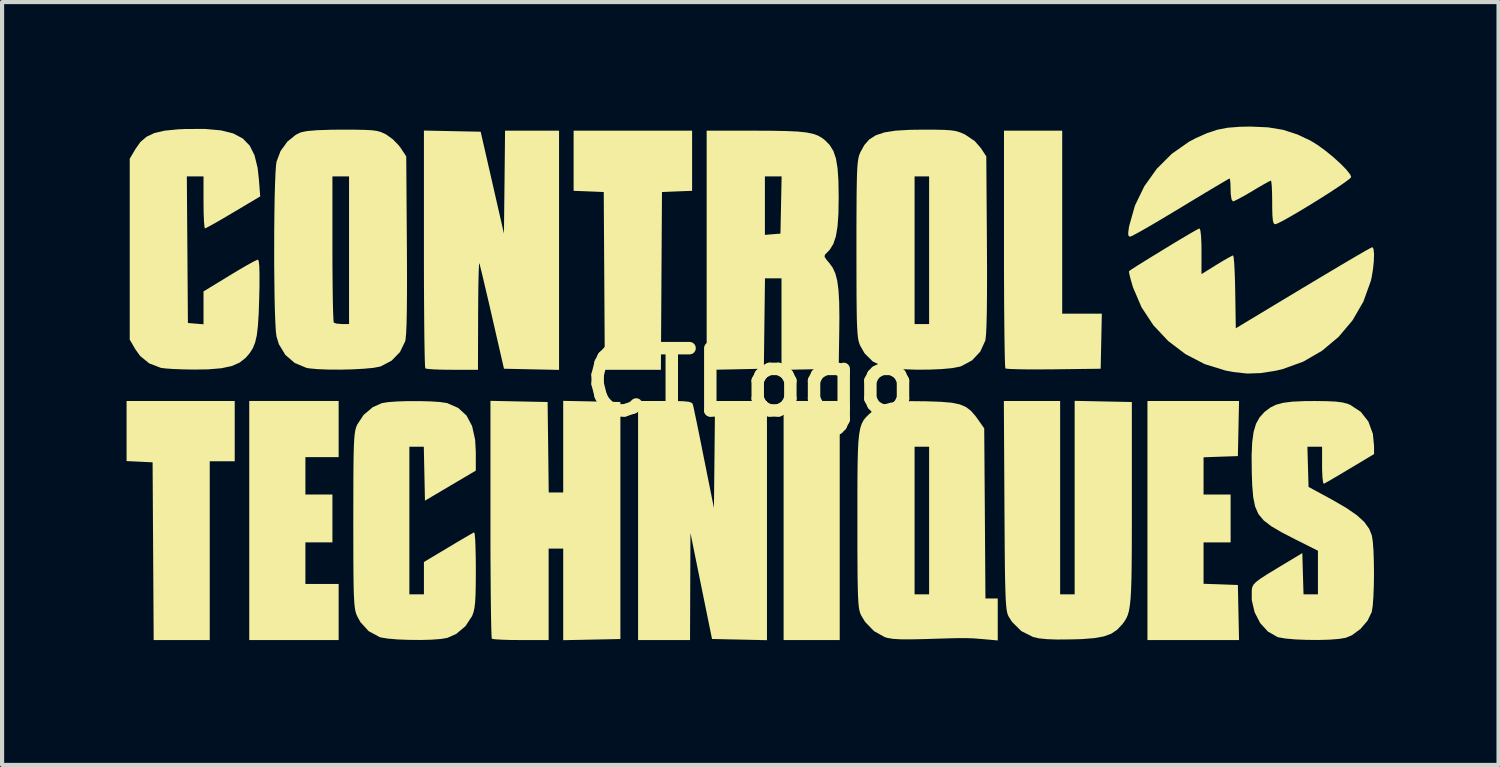
<source format=kicad_pcb>
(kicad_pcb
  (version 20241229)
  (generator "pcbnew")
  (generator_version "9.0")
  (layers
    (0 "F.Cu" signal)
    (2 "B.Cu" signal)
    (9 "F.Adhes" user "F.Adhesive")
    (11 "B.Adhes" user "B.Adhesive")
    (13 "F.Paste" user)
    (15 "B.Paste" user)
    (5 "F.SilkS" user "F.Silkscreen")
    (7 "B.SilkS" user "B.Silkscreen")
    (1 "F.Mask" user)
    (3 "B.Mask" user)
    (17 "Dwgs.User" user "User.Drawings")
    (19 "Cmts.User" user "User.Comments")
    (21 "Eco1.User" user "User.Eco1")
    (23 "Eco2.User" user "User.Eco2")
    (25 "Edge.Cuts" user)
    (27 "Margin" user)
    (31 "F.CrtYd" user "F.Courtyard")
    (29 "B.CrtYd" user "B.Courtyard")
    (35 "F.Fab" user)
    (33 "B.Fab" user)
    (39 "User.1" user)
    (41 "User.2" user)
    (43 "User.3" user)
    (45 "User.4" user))
  (footprint "CTLogo"
    (layer "F.Cu")
    (at 15.03 6.161)
    (property "Reference" "CTLogo" (at 0 0 0) (layer "F.SilkS") (effects (font (size 1.5 1.5) (thickness 0.3))))
    (attr board_only exclude_from_pos_files exclude_from_bom)
    (fp_poly (pts (xy 2.154 3.332) (xy 2.154 6.212) (xy 1.478 6.212) (xy 0.802 6.212) (xy 0.802 3.332) (xy 0.802 0.451) (xy 1.478 0.451) (xy 2.154 0.451)) (stroke (width 0) (type solid)) (fill yes) (layer "F.SilkS"))
    (fp_poly (pts (xy -12.424 1.177) (xy -12.424 1.904) (xy -12.725 1.904) (xy -13.026 1.904) (xy -13.026 4.058) (xy -13.026 6.212) (xy -13.701 6.212) (xy -14.377 6.212) (xy -14.39 4.071) (xy -14.403 1.929) (xy -14.716 1.914) (xy -15.03 1.899) (xy -15.03 1.175) (xy -15.03 0.451) (xy -13.727 0.451) (xy -12.424 0.451)) (stroke (width 0) (type solid)) (fill yes) (layer "F.SilkS"))
    (fp_poly (pts (xy -1.403 -5.338) (xy -1.403 -4.613) (xy -1.766 -4.599) (xy -2.129 -4.584) (xy -2.142 -2.442) (xy -2.155 -0.301) (xy -2.831 -0.301) (xy -3.506 -0.301) (xy -3.519 -2.442) (xy -3.532 -4.584) (xy -3.895 -4.599) (xy -4.258 -4.613) (xy -4.258 -5.338) (xy -4.258 -6.062) (xy -2.831 -6.062) (xy -1.403 -6.062)) (stroke (width 0) (type solid)) (fill yes) (layer "F.SilkS"))
    (fp_poly (pts (xy -9.92 1.127) (xy -9.92 1.804) (xy -10.32 1.804) (xy -10.721 1.804) (xy -10.721 2.254) (xy -10.721 2.705) (xy -10.395 2.705) (xy -10.07 2.705) (xy -10.07 3.281) (xy -10.07 3.858) (xy -10.395 3.858) (xy -10.721 3.858) (xy -10.721 4.359) (xy -10.721 4.86) (xy -10.32 4.86) (xy -9.92 4.86) (xy -9.92 5.536) (xy -9.92 6.212) (xy -10.997 6.212) (xy -12.074 6.212) (xy -12.074 3.332) (xy -12.074 0.451) (xy -10.997 0.451) (xy -9.92 0.451)) (stroke (width 0) (type solid)) (fill yes) (layer "F.SilkS"))
    (fp_poly (pts (xy 11.762 1.115) (xy 11.748 1.779) (xy 11.335 1.793) (xy 10.921 1.808) (xy 10.921 2.256) (xy 10.921 2.705) (xy 11.247 2.705) (xy 11.573 2.705) (xy 11.573 3.281) (xy 11.573 3.858) (xy 11.247 3.858) (xy 10.921 3.858) (xy 10.921 4.357) (xy 10.921 4.856) (xy 11.335 4.87) (xy 11.748 4.885) (xy 11.762 5.548) (xy 11.776 6.212) (xy 10.672 6.212) (xy 9.569 6.212) (xy 9.569 3.332) (xy 9.569 0.451) (xy 10.672 0.451) (xy 11.776 0.451)) (stroke (width 0) (type solid)) (fill yes) (layer "F.SilkS"))
    (fp_poly (pts (xy 7.515 -3.858) (xy 7.515 -1.653) (xy 7.992 -1.653) (xy 8.47 -1.653) (xy 8.456 -0.989) (xy 8.442 -0.326) (xy 7.311 -0.312) (xy 6.984 -0.31) (xy 6.691 -0.31) (xy 6.447 -0.314) (xy 6.266 -0.32) (xy 6.164 -0.328) (xy 6.146 -0.333) (xy 6.14 -0.388) (xy 6.134 -0.534) (xy 6.129 -0.763) (xy 6.124 -1.064) (xy 6.12 -1.43) (xy 6.116 -1.85) (xy 6.114 -2.316) (xy 6.112 -2.82) (xy 6.112 -3.215) (xy 6.112 -6.062) (xy 6.813 -6.062) (xy 7.515 -6.062)) (stroke (width 0) (type solid)) (fill yes) (layer "F.SilkS"))
    (fp_poly (pts (xy -1.789 0.452) (xy -1.605 0.458) (xy -1.488 0.47) (xy -1.422 0.49) (xy -1.391 0.52) (xy -1.384 0.539) (xy -1.367 0.611) (xy -1.334 0.766) (xy -1.287 0.991) (xy -1.23 1.27) (xy -1.166 1.589) (xy -1.118 1.829) (xy -0.877 3.031) (xy -0.863 1.741) (xy -0.85 0.451) (xy -0.225 0.451) (xy 0.401 0.451) (xy 0.401 3.333) (xy 0.401 6.215) (xy -0.261 6.201) (xy -0.923 6.187) (xy -1.183 4.91) (xy -1.443 3.632) (xy -1.448 4.922) (xy -1.453 6.212) (xy -2.079 6.212) (xy -2.705 6.212) (xy -2.705 3.332) (xy -2.705 0.451) (xy -2.057 0.451)) (stroke (width 0) (type solid)) (fill yes) (layer "F.SilkS"))
    (fp_poly (pts (xy -3.82 0.462) (xy -3.131 0.476) (xy -3.131 3.332) (xy -3.131 6.187) (xy -3.82 6.201) (xy -4.509 6.215) (xy -4.509 5.111) (xy -4.509 4.008) (xy -4.684 4.008) (xy -4.86 4.008) (xy -4.86 5.11) (xy -4.86 6.212) (xy -5.528 6.212) (xy -5.777 6.21) (xy -5.989 6.203) (xy -6.144 6.194) (xy -6.224 6.182) (xy -6.229 6.179) (xy -6.235 6.124) (xy -6.241 5.978) (xy -6.246 5.75) (xy -6.251 5.448) (xy -6.255 5.083) (xy -6.258 4.663) (xy -6.261 4.196) (xy -6.262 3.693) (xy -6.262 3.297) (xy -6.262 0.448) (xy -5.573 0.462) (xy -4.885 0.476) (xy -4.871 1.566) (xy -4.858 2.655) (xy -4.683 2.655) (xy -4.509 2.655) (xy -4.509 1.552) (xy -4.509 0.448)) (stroke (width 0) (type solid)) (fill yes) (layer "F.SilkS"))
    (fp_poly (pts (xy -7.181 -6.051) (xy -6.498 -6.037) (xy -6.217 -4.809) (xy -5.937 -3.582) (xy -5.923 -4.822) (xy -5.91 -6.062) (xy -5.259 -6.062) (xy -4.609 -6.062) (xy -4.609 -3.18) (xy -4.609 -0.298) (xy -5.272 -0.312) (xy -5.936 -0.326) (xy -6.221 -1.568) (xy -6.299 -1.908) (xy -6.372 -2.218) (xy -6.434 -2.483) (xy -6.484 -2.69) (xy -6.517 -2.824) (xy -6.53 -2.87) (xy -6.537 -2.839) (xy -6.543 -2.72) (xy -6.549 -2.525) (xy -6.554 -2.267) (xy -6.557 -1.957) (xy -6.559 -1.616) (xy -6.563 -0.301) (xy -7.181 -0.301) (xy -7.42 -0.303) (xy -7.622 -0.31) (xy -7.766 -0.321) (xy -7.831 -0.333) (xy -7.832 -0.334) (xy -7.838 -0.389) (xy -7.844 -0.535) (xy -7.849 -0.763) (xy -7.854 -1.064) (xy -7.858 -1.43) (xy -7.861 -1.85) (xy -7.864 -2.316) (xy -7.865 -2.82) (xy -7.865 -3.216) (xy -7.865 -6.065)) (stroke (width 0) (type solid)) (fill yes) (layer "F.SilkS"))
    (fp_poly (pts (xy 8.504 0.462) (xy 9.193 0.476) (xy 9.193 2.906) (xy 9.193 3.487) (xy 9.192 3.978) (xy 9.189 4.386) (xy 9.184 4.72) (xy 9.175 4.99) (xy 9.163 5.205) (xy 9.146 5.372) (xy 9.125 5.502) (xy 9.097 5.603) (xy 9.062 5.684) (xy 9.021 5.753) (xy 8.971 5.821) (xy 8.96 5.835) (xy 8.84 5.963) (xy 8.7 6.057) (xy 8.522 6.123) (xy 8.29 6.165) (xy 7.986 6.189) (xy 7.74 6.196) (xy 7.399 6.199) (xy 7.14 6.19) (xy 6.948 6.17) (xy 6.813 6.138) (xy 6.53 5.996) (xy 6.306 5.774) (xy 6.225 5.647) (xy 6.205 5.604) (xy 6.188 5.547) (xy 6.174 5.468) (xy 6.163 5.36) (xy 6.153 5.212) (xy 6.146 5.016) (xy 6.139 4.764) (xy 6.134 4.447) (xy 6.13 4.056) (xy 6.127 3.583) (xy 6.123 3.019) (xy 6.123 2.968) (xy 6.109 0.451) (xy 6.787 0.451) (xy 7.465 0.451) (xy 7.465 2.78) (xy 7.465 5.11) (xy 7.64 5.11) (xy 7.815 5.11) (xy 7.815 2.779) (xy 7.815 0.448)) (stroke (width 0) (type solid)) (fill yes) (layer "F.SilkS"))
    (fp_poly (pts (xy 0.113 -6.062) (xy 0.538 -6.06) (xy 0.877 -6.053) (xy 1.142 -6.041) (xy 1.345 -6.02) (xy 1.501 -5.989) (xy 1.623 -5.947) (xy 1.722 -5.891) (xy 1.798 -5.833) (xy 1.914 -5.715) (xy 2.001 -5.573) (xy 2.063 -5.392) (xy 2.102 -5.157) (xy 2.123 -4.853) (xy 2.129 -4.464) (xy 2.129 -4.459) (xy 2.123 -4.063) (xy 2.101 -3.752) (xy 2.061 -3.513) (xy 2 -3.333) (xy 1.916 -3.196) (xy 1.853 -3.13) (xy 1.796 -3.072) (xy 1.79 -3.02) (xy 1.842 -2.944) (xy 1.9 -2.877) (xy 1.984 -2.762) (xy 2.048 -2.624) (xy 2.094 -2.449) (xy 2.124 -2.224) (xy 2.141 -1.935) (xy 2.146 -1.569) (xy 2.143 -1.251) (xy 2.129 -0.326) (xy 1.44 -0.312) (xy 0.751 -0.298) (xy 0.751 -1.401) (xy 0.751 -2.505) (xy 0.552 -2.505) (xy 0.353 -2.505) (xy 0.339 -1.415) (xy 0.326 -0.326) (xy -0.363 -0.312) (xy -1.052 -0.298) (xy -1.052 -3.18) (xy -1.052 -4.96) (xy 0.351 -4.96) (xy 0.351 -4.255) (xy 0.351 -3.551) (xy 0.539 -3.567) (xy 0.726 -3.582) (xy 0.74 -4.271) (xy 0.754 -4.96) (xy 0.552 -4.96) (xy 0.351 -4.96) (xy -1.052 -4.96) (xy -1.052 -6.062)) (stroke (width 0) (type solid)) (fill yes) (layer "F.SilkS"))
    (fp_poly (pts (xy 10.844 -3.659) (xy 10.861 -3.523) (xy 10.87 -3.312) (xy 10.871 -3.156) (xy 10.871 -2.606) (xy 11.233 -2.831) (xy 11.402 -2.933) (xy 11.539 -3.011) (xy 11.621 -3.053) (xy 11.633 -3.056) (xy 11.646 -3.009) (xy 11.659 -2.877) (xy 11.67 -2.677) (xy 11.679 -2.425) (xy 11.684 -2.178) (xy 11.698 -1.301) (xy 13.322 -2.279) (xy 13.688 -2.498) (xy 14.027 -2.7) (xy 14.33 -2.88) (xy 14.587 -3.031) (xy 14.788 -3.148) (xy 14.925 -3.224) (xy 14.986 -3.256) (xy 14.988 -3.256) (xy 15.017 -3.211) (xy 15.029 -3.091) (xy 15.024 -2.921) (xy 15.004 -2.725) (xy 14.971 -2.526) (xy 14.95 -2.437) (xy 14.772 -1.943) (xy 14.511 -1.492) (xy 14.175 -1.094) (xy 13.776 -0.759) (xy 13.323 -0.497) (xy 12.827 -0.317) (xy 12.665 -0.279) (xy 12.299 -0.221) (xy 11.973 -0.21) (xy 11.634 -0.247) (xy 11.448 -0.283) (xy 10.949 -0.437) (xy 10.485 -0.678) (xy 10.069 -0.994) (xy 9.712 -1.374) (xy 9.426 -1.808) (xy 9.222 -2.285) (xy 9.211 -2.32) (xy 9.162 -2.489) (xy 9.131 -2.616) (xy 9.124 -2.675) (xy 9.125 -2.676) (xy 9.188 -2.721) (xy 9.318 -2.805) (xy 9.498 -2.918) (xy 9.713 -3.05) (xy 9.945 -3.192) (xy 10.178 -3.334) (xy 10.398 -3.466) (xy 10.587 -3.578) (xy 10.73 -3.66) (xy 10.81 -3.703) (xy 10.821 -3.707)) (stroke (width 0) (type solid)) (fill yes) (layer "F.SilkS"))
    (fp_poly (pts (xy -12.759 -6.07) (xy -12.46 -5.996) (xy -12.23 -5.874) (xy -12.062 -5.7) (xy -11.946 -5.467) (xy -11.873 -5.17) (xy -11.843 -4.902) (xy -11.81 -4.478) (xy -12.458 -4.093) (xy -12.687 -3.958) (xy -12.884 -3.844) (xy -13.036 -3.76) (xy -13.125 -3.713) (xy -13.141 -3.707) (xy -13.154 -3.754) (xy -13.165 -3.882) (xy -13.173 -4.073) (xy -13.176 -4.306) (xy -13.176 -4.334) (xy -13.176 -4.96) (xy -13.377 -4.96) (xy -13.578 -4.96) (xy -13.565 -3.194) (xy -13.552 -1.428) (xy -13.364 -1.412) (xy -13.176 -1.397) (xy -13.176 -1.793) (xy -13.176 -2.189) (xy -12.548 -2.572) (xy -12.322 -2.708) (xy -12.125 -2.823) (xy -11.972 -2.907) (xy -11.881 -2.951) (xy -11.866 -2.956) (xy -11.845 -2.917) (xy -11.832 -2.798) (xy -11.827 -2.592) (xy -11.828 -2.296) (xy -11.834 -2.042) (xy -11.846 -1.659) (xy -11.865 -1.362) (xy -11.892 -1.132) (xy -11.933 -0.955) (xy -11.991 -0.814) (xy -12.069 -0.694) (xy -12.162 -0.587) (xy -12.306 -0.474) (xy -12.495 -0.391) (xy -12.744 -0.338) (xy -13.065 -0.311) (xy -13.423 -0.306) (xy -13.679 -0.311) (xy -13.911 -0.32) (xy -14.094 -0.333) (xy -14.202 -0.347) (xy -14.203 -0.347) (xy -14.486 -0.456) (xy -14.702 -0.632) (xy -14.815 -0.789) (xy -14.954 -1.027) (xy -14.954 -3.206) (xy -14.954 -5.386) (xy -14.817 -5.619) (xy -14.696 -5.79) (xy -14.549 -5.916) (xy -14.361 -6.005) (xy -14.116 -6.062) (xy -13.796 -6.094) (xy -13.602 -6.103) (xy -13.137 -6.104)) (stroke (width 0) (type solid)) (fill yes) (layer "F.SilkS"))
    (fp_poly (pts (xy 4.255 0.459) (xy 4.594 0.471) (xy 4.852 0.493) (xy 5.046 0.533) (xy 5.194 0.595) (xy 5.315 0.687) (xy 5.427 0.816) (xy 5.485 0.896) (xy 5.636 1.111) (xy 5.651 3.16) (xy 5.665 5.21) (xy 5.814 5.21) (xy 5.962 5.21) (xy 5.962 5.716) (xy 5.962 6.221) (xy 5.624 6.191) (xy 5.49 6.18) (xy 5.376 6.171) (xy 5.266 6.167) (xy 5.14 6.165) (xy 4.982 6.166) (xy 4.774 6.171) (xy 4.499 6.179) (xy 4.208 6.188) (xy 3.874 6.195) (xy 3.624 6.194) (xy 3.44 6.183) (xy 3.307 6.161) (xy 3.238 6.141) (xy 2.98 5.996) (xy 2.766 5.775) (xy 2.67 5.616) (xy 2.648 5.565) (xy 2.63 5.503) (xy 2.615 5.419) (xy 2.604 5.304) (xy 2.595 5.149) (xy 2.589 4.944) (xy 2.584 4.679) (xy 2.582 4.345) (xy 2.58 3.931) (xy 2.58 3.429) (xy 2.58 3.332) (xy 2.58 2.791) (xy 2.581 2.34) (xy 2.585 1.971) (xy 2.592 1.673) (xy 2.598 1.553) (xy 3.958 1.553) (xy 3.958 3.332) (xy 3.958 5.11) (xy 4.133 5.11) (xy 4.308 5.11) (xy 4.308 3.332) (xy 4.308 1.553) (xy 4.133 1.553) (xy 3.958 1.553) (xy 2.598 1.553) (xy 2.604 1.436) (xy 2.623 1.252) (xy 2.648 1.111) (xy 2.683 1.002) (xy 2.727 0.917) (xy 2.783 0.846) (xy 2.851 0.779) (xy 2.928 0.711) (xy 3.058 0.612) (xy 3.201 0.541) (xy 3.376 0.493) (xy 3.598 0.465) (xy 3.886 0.455)) (stroke (width 0) (type solid)) (fill yes) (layer "F.SilkS"))
    (fp_poly (pts (xy 4.459 -6.086) (xy 4.68 -6.081) (xy 4.84 -6.07) (xy 4.96 -6.051) (xy 5.059 -6.02) (xy 5.158 -5.977) (xy 5.176 -5.968) (xy 5.407 -5.812) (xy 5.552 -5.646) (xy 5.686 -5.443) (xy 5.701 -3.323) (xy 5.704 -2.692) (xy 5.703 -2.159) (xy 5.699 -1.725) (xy 5.691 -1.39) (xy 5.68 -1.154) (xy 5.665 -1.018) (xy 5.661 -1.002) (xy 5.54 -0.738) (xy 5.343 -0.528) (xy 5.086 -0.389) (xy 5.046 -0.376) (xy 4.866 -0.341) (xy 4.614 -0.318) (xy 4.32 -0.305) (xy 4.009 -0.303) (xy 3.71 -0.313) (xy 3.448 -0.333) (xy 3.251 -0.365) (xy 3.213 -0.375) (xy 2.95 -0.501) (xy 2.753 -0.697) (xy 2.65 -0.877) (xy 2.627 -0.932) (xy 2.608 -0.997) (xy 2.593 -1.08) (xy 2.582 -1.193) (xy 2.573 -1.344) (xy 2.566 -1.544) (xy 2.562 -1.802) (xy 2.559 -2.127) (xy 2.558 -2.53) (xy 2.557 -3.021) (xy 2.557 -3.206) (xy 2.557 -3.728) (xy 2.559 -4.159) (xy 2.561 -4.51) (xy 2.565 -4.789) (xy 2.569 -4.96) (xy 3.958 -4.96) (xy 3.958 -3.181) (xy 3.958 -1.403) (xy 4.133 -1.403) (xy 4.308 -1.403) (xy 4.308 -3.181) (xy 4.308 -4.96) (xy 4.133 -4.96) (xy 3.958 -4.96) (xy 2.569 -4.96) (xy 2.57 -5.007) (xy 2.578 -5.174) (xy 2.589 -5.299) (xy 2.603 -5.392) (xy 2.62 -5.463) (xy 2.642 -5.521) (xy 2.65 -5.54) (xy 2.748 -5.717) (xy 2.868 -5.853) (xy 3.026 -5.952) (xy 3.233 -6.021) (xy 3.503 -6.063) (xy 3.849 -6.083) (xy 4.158 -6.087)) (stroke (width 0) (type solid)) (fill yes) (layer "F.SilkS"))
    (fp_poly (pts (xy 12.472 -6.143) (xy 12.836 -6.083) (xy 13.179 -5.972) (xy 13.491 -5.826) (xy 13.662 -5.722) (xy 13.852 -5.584) (xy 14.044 -5.428) (xy 14.22 -5.269) (xy 14.362 -5.124) (xy 14.454 -5.007) (xy 14.479 -4.945) (xy 14.438 -4.901) (xy 14.326 -4.817) (xy 14.157 -4.701) (xy 13.949 -4.564) (xy 13.715 -4.416) (xy 13.471 -4.265) (xy 13.233 -4.121) (xy 13.015 -3.994) (xy 12.835 -3.893) (xy 12.705 -3.828) (xy 12.647 -3.807) (xy 12.613 -3.826) (xy 12.592 -3.892) (xy 12.58 -4.022) (xy 12.575 -4.23) (xy 12.575 -4.334) (xy 12.572 -4.549) (xy 12.565 -4.722) (xy 12.554 -4.832) (xy 12.544 -4.86) (xy 12.491 -4.835) (xy 12.372 -4.77) (xy 12.209 -4.675) (xy 12.099 -4.609) (xy 11.915 -4.501) (xy 11.76 -4.417) (xy 11.657 -4.367) (xy 11.628 -4.359) (xy 11.595 -4.406) (xy 11.576 -4.536) (xy 11.573 -4.634) (xy 11.569 -4.785) (xy 11.559 -4.885) (xy 11.549 -4.91) (xy 11.501 -4.885) (xy 11.38 -4.814) (xy 11.195 -4.705) (xy 10.959 -4.564) (xy 10.683 -4.398) (xy 10.378 -4.213) (xy 10.37 -4.208) (xy 10.062 -4.023) (xy 9.78 -3.855) (xy 9.536 -3.713) (xy 9.341 -3.603) (xy 9.208 -3.532) (xy 9.149 -3.507) (xy 9.149 -3.507) (xy 9.112 -3.527) (xy 9.105 -3.6) (xy 9.125 -3.748) (xy 9.129 -3.766) (xy 9.267 -4.256) (xy 9.492 -4.72) (xy 9.792 -5.142) (xy 10.157 -5.506) (xy 10.574 -5.798) (xy 10.735 -5.883) (xy 11.008 -6.004) (xy 11.252 -6.085) (xy 11.502 -6.133) (xy 11.79 -6.156) (xy 12.051 -6.161)) (stroke (width 0) (type solid)) (fill yes) (layer "F.SilkS"))
    (fp_poly (pts (xy -9.508 -6.086) (xy -9.279 -6.081) (xy -9.114 -6.072) (xy -8.994 -6.055) (xy -8.9 -6.029) (xy -8.815 -5.991) (xy -8.78 -5.973) (xy -8.617 -5.857) (xy -8.468 -5.704) (xy -8.429 -5.651) (xy -8.291 -5.443) (xy -8.276 -3.31) (xy -8.273 -2.691) (xy -8.273 -2.17) (xy -8.277 -1.745) (xy -8.283 -1.415) (xy -8.294 -1.177) (xy -8.308 -1.029) (xy -8.316 -0.989) (xy -8.442 -0.728) (xy -8.643 -0.521) (xy -8.902 -0.385) (xy -8.931 -0.376) (xy -9.085 -0.347) (xy -9.312 -0.326) (xy -9.587 -0.311) (xy -9.882 -0.304) (xy -10.172 -0.306) (xy -10.429 -0.316) (xy -10.629 -0.335) (xy -10.696 -0.347) (xy -10.977 -0.464) (xy -11.203 -0.658) (xy -11.36 -0.916) (xy -11.417 -1.101) (xy -11.433 -1.224) (xy -11.445 -1.434) (xy -11.456 -1.714) (xy -11.464 -2.051) (xy -11.469 -2.43) (xy -11.473 -2.836) (xy -11.473 -3.255) (xy -11.472 -3.673) (xy -11.468 -4.074) (xy -11.462 -4.445) (xy -11.453 -4.77) (xy -11.445 -4.96) (xy -10.07 -4.96) (xy -10.07 -3.215) (xy -10.069 -2.806) (xy -10.066 -2.429) (xy -10.062 -2.097) (xy -10.057 -1.819) (xy -10.05 -1.609) (xy -10.043 -1.477) (xy -10.036 -1.436) (xy -9.968 -1.413) (xy -9.846 -1.403) (xy -9.836 -1.403) (xy -9.669 -1.403) (xy -9.669 -3.181) (xy -9.669 -4.96) (xy -9.869 -4.96) (xy -10.07 -4.96) (xy -11.445 -4.96) (xy -11.442 -5.035) (xy -11.429 -5.226) (xy -11.417 -5.314) (xy -11.319 -5.573) (xy -11.155 -5.799) (xy -10.947 -5.967) (xy -10.831 -6.022) (xy -10.68 -6.053) (xy -10.432 -6.074) (xy -10.085 -6.085) (xy -9.819 -6.087)) (stroke (width 0) (type solid)) (fill yes) (layer "F.SilkS"))
    (fp_poly (pts (xy -7.706 0.461) (xy -7.479 0.476) (xy -7.32 0.499) (xy -7.303 0.503) (xy -7.038 0.619) (xy -6.839 0.802) (xy -6.704 1.056) (xy -6.631 1.386) (xy -6.615 1.678) (xy -6.615 2.129) (xy -7.228 2.491) (xy -7.84 2.853) (xy -7.854 2.203) (xy -7.868 1.553) (xy -8.042 1.553) (xy -8.216 1.553) (xy -8.216 3.332) (xy -8.216 5.11) (xy -8.041 5.11) (xy -7.865 5.11) (xy -7.865 4.721) (xy -7.865 4.331) (xy -7.281 3.982) (xy -7.064 3.852) (xy -6.877 3.742) (xy -6.737 3.661) (xy -6.662 3.619) (xy -6.655 3.615) (xy -6.642 3.657) (xy -6.63 3.784) (xy -6.622 3.981) (xy -6.616 4.232) (xy -6.614 4.517) (xy -6.616 4.856) (xy -6.621 5.112) (xy -6.631 5.3) (xy -6.647 5.439) (xy -6.671 5.544) (xy -6.704 5.632) (xy -6.707 5.638) (xy -6.865 5.878) (xy -7.085 6.063) (xy -7.303 6.16) (xy -7.459 6.186) (xy -7.684 6.203) (xy -7.95 6.21) (xy -8.231 6.207) (xy -8.501 6.197) (xy -8.733 6.177) (xy -8.9 6.15) (xy -8.935 6.139) (xy -9.197 5.997) (xy -9.395 5.78) (xy -9.474 5.636) (xy -9.497 5.581) (xy -9.516 5.516) (xy -9.531 5.431) (xy -9.542 5.318) (xy -9.551 5.166) (xy -9.558 4.965) (xy -9.562 4.706) (xy -9.565 4.378) (xy -9.566 3.972) (xy -9.567 3.479) (xy -9.567 3.332) (xy -9.566 2.813) (xy -9.565 2.385) (xy -9.563 2.037) (xy -9.559 1.76) (xy -9.553 1.544) (xy -9.545 1.38) (xy -9.534 1.256) (xy -9.52 1.165) (xy -9.502 1.095) (xy -9.48 1.038) (xy -9.475 1.025) (xy -9.317 0.785) (xy -9.097 0.6) (xy -8.878 0.503) (xy -8.732 0.479) (xy -8.514 0.463) (xy -8.251 0.454) (xy -7.973 0.454)) (stroke (width 0) (type solid)) (fill yes) (layer "F.SilkS"))
    (fp_poly (pts (xy 13.895 0.456) (xy 14.11 0.466) (xy 14.267 0.486) (xy 14.389 0.518) (xy 14.456 0.545) (xy 14.709 0.712) (xy 14.892 0.946) (xy 15 1.241) (xy 15.029 1.529) (xy 15.03 1.731) (xy 14.445 2.08) (xy 14.228 2.21) (xy 14.041 2.32) (xy 13.901 2.401) (xy 13.826 2.443) (xy 13.819 2.446) (xy 13.801 2.408) (xy 13.786 2.29) (xy 13.778 2.114) (xy 13.777 2.008) (xy 13.777 1.553) (xy 13.6 1.553) (xy 13.423 1.553) (xy 13.437 2.037) (xy 13.451 2.522) (xy 14.026 2.834) (xy 14.362 3.029) (xy 14.614 3.203) (xy 14.794 3.367) (xy 14.912 3.531) (xy 14.976 3.69) (xy 14.998 3.83) (xy 15.015 4.045) (xy 15.024 4.311) (xy 15.028 4.602) (xy 15.024 4.894) (xy 15.014 5.163) (xy 14.998 5.382) (xy 14.975 5.528) (xy 14.974 5.535) (xy 14.872 5.746) (xy 14.703 5.943) (xy 14.499 6.094) (xy 14.352 6.156) (xy 14.189 6.184) (xy 13.959 6.202) (xy 13.687 6.21) (xy 13.401 6.207) (xy 13.128 6.196) (xy 12.894 6.175) (xy 12.727 6.146) (xy 12.7 6.137) (xy 12.472 6.007) (xy 12.285 5.802) (xy 12.152 5.543) (xy 12.083 5.251) (xy 12.082 5.013) (xy 12.094 4.941) (xy 12.123 4.879) (xy 12.184 4.814) (xy 12.289 4.734) (xy 12.453 4.628) (xy 12.69 4.484) (xy 12.7 4.478) (xy 13.301 4.116) (xy 13.315 4.613) (xy 13.33 5.11) (xy 13.503 5.11) (xy 13.677 5.11) (xy 13.677 4.584) (xy 13.677 4.059) (xy 13.134 3.787) (xy 12.803 3.616) (xy 12.552 3.469) (xy 12.369 3.328) (xy 12.243 3.176) (xy 12.163 2.994) (xy 12.117 2.766) (xy 12.093 2.473) (xy 12.083 2.172) (xy 12.079 1.767) (xy 12.093 1.447) (xy 12.127 1.196) (xy 12.185 1.001) (xy 12.271 0.847) (xy 12.386 0.72) (xy 12.398 0.709) (xy 12.526 0.612) (xy 12.667 0.542) (xy 12.84 0.495) (xy 13.063 0.467) (xy 13.354 0.454) (xy 13.602 0.452)) (stroke (width 0) (type solid)) (fill yes) (layer "F.SilkS")))
  (gr_rect
    (start -3 -3)
    (end 33.059 15.382)
    (stroke (width 0.1) (type default))
    (fill no)
    (layer "Edge.Cuts")))
</source>
